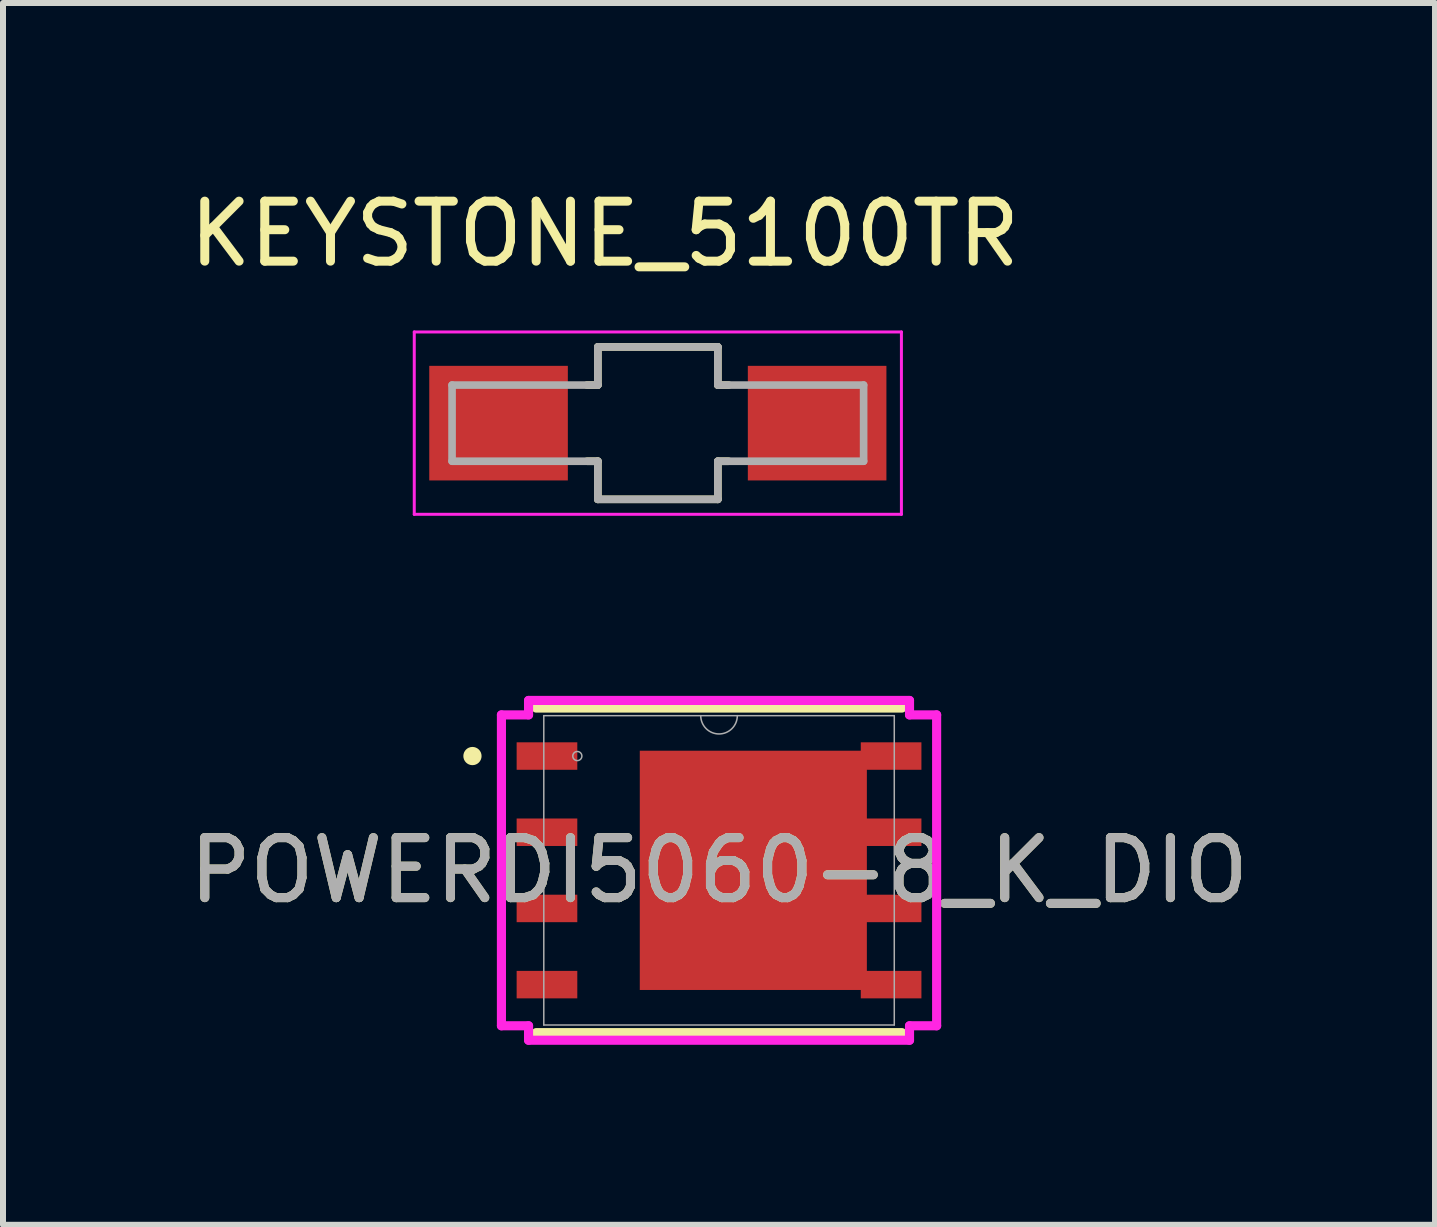
<source format=kicad_pcb>
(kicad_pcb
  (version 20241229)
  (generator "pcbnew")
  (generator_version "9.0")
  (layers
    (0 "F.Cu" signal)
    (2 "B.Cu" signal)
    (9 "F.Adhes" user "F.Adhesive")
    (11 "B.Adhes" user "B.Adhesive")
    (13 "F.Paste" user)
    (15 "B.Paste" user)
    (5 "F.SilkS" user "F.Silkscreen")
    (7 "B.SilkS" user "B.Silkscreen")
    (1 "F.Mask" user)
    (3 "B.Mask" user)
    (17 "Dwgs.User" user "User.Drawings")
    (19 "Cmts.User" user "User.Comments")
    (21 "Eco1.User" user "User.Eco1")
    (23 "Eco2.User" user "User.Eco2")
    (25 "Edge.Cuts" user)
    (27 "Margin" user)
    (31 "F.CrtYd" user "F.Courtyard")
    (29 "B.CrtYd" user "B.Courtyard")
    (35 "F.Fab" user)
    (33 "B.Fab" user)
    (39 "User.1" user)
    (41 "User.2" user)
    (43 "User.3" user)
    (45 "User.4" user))
  (footprint "KEYSTONE_5100TR"
    (layer "F.Cu")
    (at 7.915 4.003)
    (property "Reference" "KEYSTONE_5100TR" (at -0.885 -3.155 0) (layer "F.SilkS") (effects (font (size 1 1) (thickness 0.15))))
    (attr smd)
    (fp_line (start -1.18 -0.635) (end -1 -0.635) (stroke (width 0.127) (type solid)) (layer "F.SilkS"))
    (fp_line (start -1 -1.27) (end 1 -1.27) (stroke (width 0.127) (type solid)) (layer "F.SilkS"))
    (fp_line (start -1 -0.635) (end -1 -1.27) (stroke (width 0.127) (type solid)) (layer "F.SilkS"))
    (fp_line (start -1 0.635) (end -1.18 0.635) (stroke (width 0.127) (type solid)) (layer "F.SilkS"))
    (fp_line (start -1 1.27) (end -1 0.635) (stroke (width 0.127) (type solid)) (layer "F.SilkS"))
    (fp_line (start 1 -1.27) (end 1 -0.635) (stroke (width 0.127) (type solid)) (layer "F.SilkS"))
    (fp_line (start 1 -0.635) (end 1.18 -0.635) (stroke (width 0.127) (type solid)) (layer "F.SilkS"))
    (fp_line (start 1 0.635) (end 1 1.27) (stroke (width 0.127) (type solid)) (layer "F.SilkS"))
    (fp_line (start 1 1.27) (end -1 1.27) (stroke (width 0.127) (type solid)) (layer "F.SilkS"))
    (fp_line (start 1.18 0.635) (end 1 0.635) (stroke (width 0.127) (type solid)) (layer "F.SilkS"))
    (fp_line (start -4.06 -1.52) (end -4.06 1.52) (stroke (width 0.05) (type solid)) (layer "F.CrtYd"))
    (fp_line (start -4.06 1.52) (end 4.06 1.52) (stroke (width 0.05) (type solid)) (layer "F.CrtYd"))
    (fp_line (start 4.06 -1.52) (end -4.06 -1.52) (stroke (width 0.05) (type solid)) (layer "F.CrtYd"))
    (fp_line (start 4.06 1.52) (end 4.06 -1.52) (stroke (width 0.05) (type solid)) (layer "F.CrtYd"))
    (fp_line (start -3.43 -0.635) (end -1 -0.635) (stroke (width 0.127) (type solid)) (layer "F.Fab"))
    (fp_line (start -3.43 0.635) (end -3.43 -0.635) (stroke (width 0.127) (type solid)) (layer "F.Fab"))
    (fp_line (start -1 -1.27) (end 1 -1.27) (stroke (width 0.127) (type solid)) (layer "F.Fab"))
    (fp_line (start -1 -0.635) (end -1 -1.27) (stroke (width 0.127) (type solid)) (layer "F.Fab"))
    (fp_line (start -1 0.635) (end -3.43 0.635) (stroke (width 0.127) (type solid)) (layer "F.Fab"))
    (fp_line (start -1 1.27) (end -1 0.635) (stroke (width 0.127) (type solid)) (layer "F.Fab"))
    (fp_line (start 1 -1.27) (end 1 -0.635) (stroke (width 0.127) (type solid)) (layer "F.Fab"))
    (fp_line (start 1 -0.635) (end 3.43 -0.635) (stroke (width 0.127) (type solid)) (layer "F.Fab"))
    (fp_line (start 1 0.635) (end 1 1.27) (stroke (width 0.127) (type solid)) (layer "F.Fab"))
    (fp_line (start 1 1.27) (end -1 1.27) (stroke (width 0.127) (type solid)) (layer "F.Fab"))
    (fp_line (start 3.43 -0.635) (end 3.43 0.635) (stroke (width 0.127) (type solid)) (layer "F.Fab"))
    (fp_line (start 3.43 0.635) (end 1 0.635) (stroke (width 0.127) (type solid)) (layer "F.Fab"))
    (pad "1" smd rect (at -2.655 0) (size 2.31 1.91) (layers "F.Cu" "F.Mask" "F.Paste"))
    (pad "2" smd rect (at 2.655 0) (size 2.31 1.91) (layers "F.Cu" "F.Mask" "F.Paste")))
  (footprint "POWERDI5060-8_K_DIO"
    (layer "F.Cu")
    (at 8.935 11.457)
    (property "Reference" "POWERDI5060-8_K_DIO" (at 0 0 0) (unlocked yes) (layer "F.SilkS") (effects (font (size 1 1) (thickness 0.15))))
    (attr smd)
    (fp_poly (pts (xy 2.464 -1.994) (xy -1.321 -1.994) (xy -1.321 1.994) (xy 2.464 1.994)) (stroke (width 0) (type solid)) (fill yes) (layer "F.Cu"))
    (fp_poly (pts (xy 2.464 -1.994) (xy -1.321 -1.994) (xy -1.321 1.994) (xy 2.464 1.994)) (stroke (width 0) (type solid)) (fill yes) (layer "F.Mask"))
    (fp_line (start -3.048 2.705) (end 3.048 2.705) (stroke (width 0.152) (type solid)) (layer "F.SilkS"))
    (fp_line (start 3.048 -2.705) (end -3.048 -2.705) (stroke (width 0.152) (type solid)) (layer "F.SilkS"))
    (fp_circle (center -4.11 -1.905) (end -4.034 -1.905) (stroke (width 0.152) (type solid)) (fill no) (layer "F.SilkS"))
    (fp_poly (pts (xy 2.464 -1.994) (xy -1.321 -1.994) (xy -1.321 1.994) (xy 2.464 1.994)) (stroke (width 0) (type solid)) (fill yes) (layer "F.Paste"))
    (fp_line (start -3.627 -2.591) (end -3.175 -2.591) (stroke (width 0.152) (type solid)) (layer "F.CrtYd"))
    (fp_line (start -3.627 2.591) (end -3.627 -2.591) (stroke (width 0.152) (type solid)) (layer "F.CrtYd"))
    (fp_line (start -3.627 2.591) (end -3.175 2.591) (stroke (width 0.152) (type solid)) (layer "F.CrtYd"))
    (fp_line (start -3.175 -2.832) (end 3.175 -2.832) (stroke (width 0.152) (type solid)) (layer "F.CrtYd"))
    (fp_line (start -3.175 -2.591) (end -3.175 -2.832) (stroke (width 0.152) (type solid)) (layer "F.CrtYd"))
    (fp_line (start -3.175 2.832) (end -3.175 2.591) (stroke (width 0.152) (type solid)) (layer "F.CrtYd"))
    (fp_line (start 3.175 -2.832) (end 3.175 -2.591) (stroke (width 0.152) (type solid)) (layer "F.CrtYd"))
    (fp_line (start 3.175 2.591) (end 3.175 2.832) (stroke (width 0.152) (type solid)) (layer "F.CrtYd"))
    (fp_line (start 3.175 2.832) (end -3.175 2.832) (stroke (width 0.152) (type solid)) (layer "F.CrtYd"))
    (fp_line (start 3.627 -2.591) (end 3.175 -2.591) (stroke (width 0.152) (type solid)) (layer "F.CrtYd"))
    (fp_line (start 3.627 -2.591) (end 3.627 2.591) (stroke (width 0.152) (type solid)) (layer "F.CrtYd"))
    (fp_line (start 3.627 2.591) (end 3.175 2.591) (stroke (width 0.152) (type solid)) (layer "F.CrtYd"))
    (fp_line (start -2.921 -2.578) (end -2.921 2.578) (stroke (width 0.025) (type solid)) (layer "F.Fab"))
    (fp_line (start -2.921 2.578) (end 2.921 2.578) (stroke (width 0.025) (type solid)) (layer "F.Fab"))
    (fp_line (start 2.921 -2.578) (end -2.921 -2.578) (stroke (width 0.025) (type solid)) (layer "F.Fab"))
    (fp_line (start 2.921 2.578) (end 2.921 -2.578) (stroke (width 0.025) (type solid)) (layer "F.Fab"))
    (fp_arc (start 0.3048 -2.5781) (mid 0 -2.2733) (end -0.3048 -2.5781) (stroke (width 0.0254) (type solid)) (layer "F.Fab"))
    (fp_circle (center -2.362 -1.905) (end -2.286 -1.905) (stroke (width 0.025) (type solid)) (fill no) (layer "F.Fab"))
    (fp_text user "${REFERENCE}" (at 0 0 0) (unlocked yes) (layer "F.Fab") (effects (font (size 1 1) (thickness 0.15))))
    (pad "1" smd rect (at -2.868 -1.905) (size 1.011 0.458) (layers "F.Cu" "F.Mask" "F.Paste"))
    (pad "2" smd rect (at -2.868 -0.635) (size 1.011 0.458) (layers "F.Cu" "F.Mask" "F.Paste"))
    (pad "3" smd rect (at -2.868 0.635) (size 1.011 0.458) (layers "F.Cu" "F.Mask" "F.Paste"))
    (pad "4" smd rect (at -2.868 1.905) (size 1.011 0.458) (layers "F.Cu" "F.Mask" "F.Paste"))
    (pad "5" smd rect (at 2.868 1.905) (size 1.011 0.458) (layers "F.Cu" "F.Mask" "F.Paste"))
    (pad "6" smd rect (at 2.868 0.635) (size 1.011 0.458) (layers "F.Cu" "F.Mask" "F.Paste"))
    (pad "7" smd rect (at 2.868 -0.635) (size 1.011 0.458) (layers "F.Cu" "F.Mask" "F.Paste"))
    (pad "8" smd rect (at 2.868 -1.905) (size 1.011 0.458) (layers "F.Cu" "F.Mask" "F.Paste")))
  (gr_rect
    (start -3 -3)
    (end 20.869 17.365)
    (stroke (width 0.1) (type default))
    (fill no)
    (layer "Edge.Cuts")))
</source>
